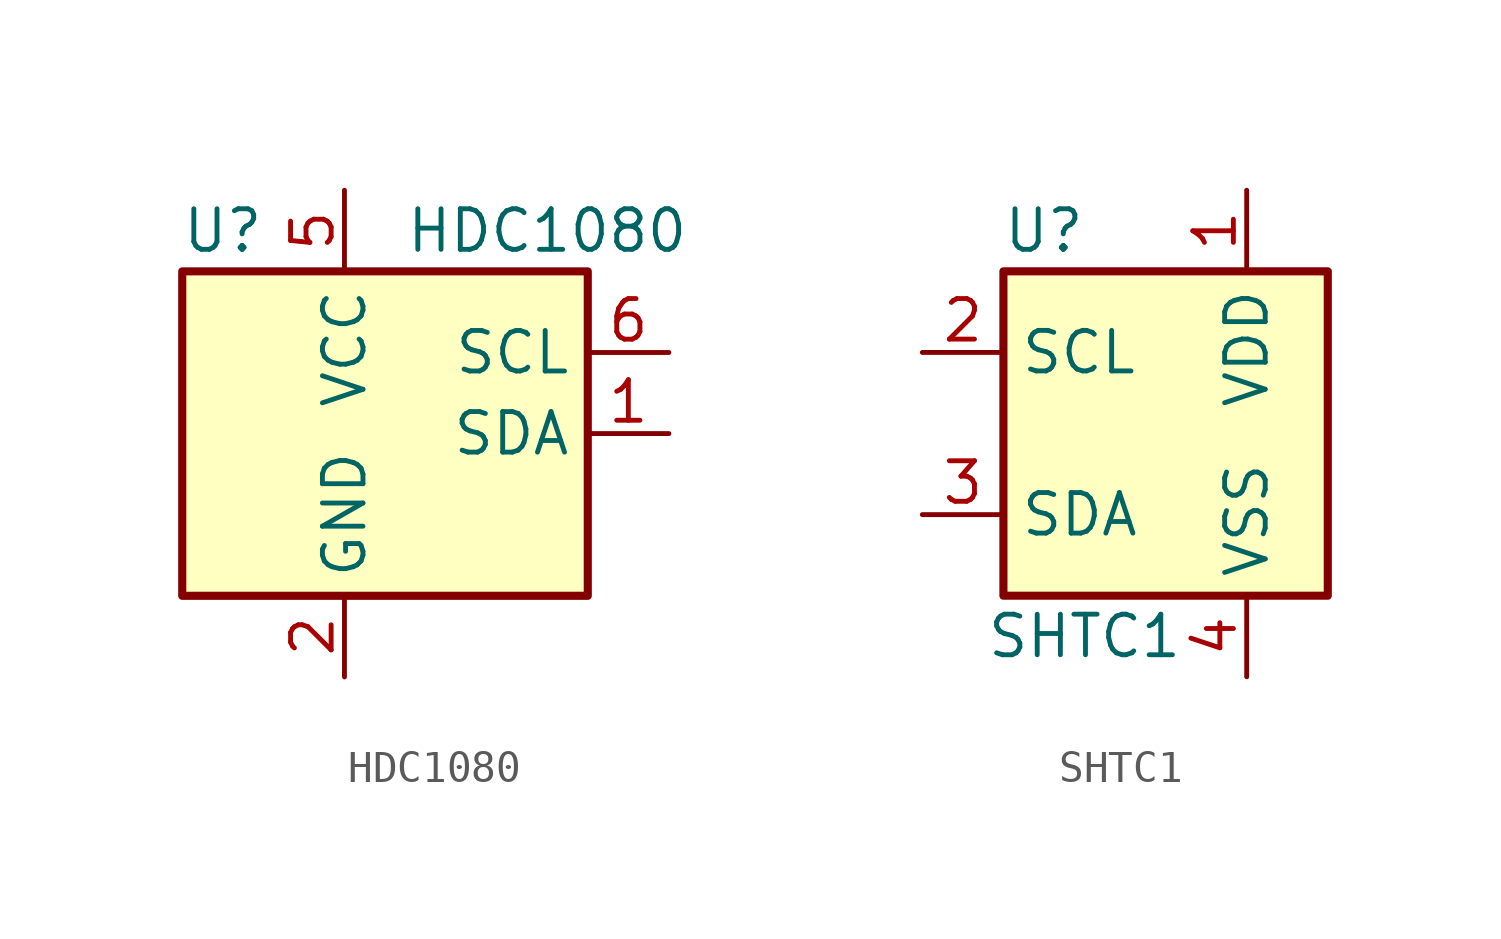
<source format=kicad_sym>
(kicad_symbol_lib
  (version 20211014)
  (generator kicad_symbol_editor)
  (symbol "HDC1080"
    (property "Reference" "U"
      (at -6.35 6.35 0)
      (effects (font (size 1.27 1.27))))
    (property "Value" "HDC1080"
      (at 3.81 6.35 0)
      (effects (font (size 1.27 1.27))))
    (symbol "HDC1080_0_1"
      (rectangle (start -7.62 5.08) (end 5.08 -5.08) (stroke (width 0.254) (type default) (color 0 0 0 0)) (fill (type background))))
    (symbol "HDC1080_1_1"
      (pin bidirectional line (at 7.62 0 180) (length 2.54) (name "SDA" (effects (font (size 1.27 1.27)))) (number "1" (effects (font (size 1.27 1.27)))))
      (pin power_in line (at -2.54 -7.62 90) (length 2.54) (name "GND" (effects (font (size 1.27 1.27)))) (number "2" (effects (font (size 1.27 1.27)))))
      (pin no_connect line (at -7.62 0 0) (length 2.54) hide (name "NC" (effects (font (size 1.27 1.27)))) (number "3" (effects (font (size 1.27 1.27)))))
      (pin no_connect line (at -7.62 -2.54 0) (length 2.54) hide (name "NC" (effects (font (size 1.27 1.27)))) (number "4" (effects (font (size 1.27 1.27)))))
      (pin power_in line (at -2.54 7.62 270) (length 2.54) (name "VCC" (effects (font (size 1.27 1.27)))) (number "5" (effects (font (size 1.27 1.27)))))
      (pin input line (at 7.62 2.54 180) (length 2.54) (name "SCL" (effects (font (size 1.27 1.27)))) (number "6" (effects (font (size 1.27 1.27)))))
      (pin no_connect line (at -7.62 2.54 0) (length 2.54) hide (name "DAP" (effects (font (size 1.27 1.27)))) (number "7" (effects (font (size 1.27 1.27)))))))
  (symbol "SHTC1"
    (property "Reference" "U"
      (at -3.81 6.35 0)
      (effects (font (size 1.27 1.27))))
    (property "Value" "SHTC1"
      (at -2.54 -6.35 0)
      (effects (font (size 1.27 1.27))))
    (symbol "SHTC1_1_1"
      (rectangle (start -5.08 5.08) (end 5.08 -5.08) (stroke (width 0.254) (type default) (color 0 0 0 0)) (fill (type background)))
      (pin power_in line (at 2.54 7.62 270) (length 2.54) (name "VDD" (effects (font (size 1.27 1.27)))) (number "1" (effects (font (size 1.27 1.27)))))
      (pin input line (at -7.62 2.54 0) (length 2.54) (name "SCL" (effects (font (size 1.27 1.27)))) (number "2" (effects (font (size 1.27 1.27)))))
      (pin bidirectional line (at -7.62 -2.54 0) (length 2.54) (name "SDA" (effects (font (size 1.27 1.27)))) (number "3" (effects (font (size 1.27 1.27)))))
      (pin power_in line (at 2.54 -7.62 90) (length 2.54) (name "VSS" (effects (font (size 1.27 1.27)))) (number "4" (effects (font (size 1.27 1.27)))))
      (pin no_connect line (at 5.08 0 180) (length 2.54) hide (name "NC" (effects (font (size 1.27 1.27)))) (number "5" (effects (font (size 1.27 1.27))))))))
</source>
